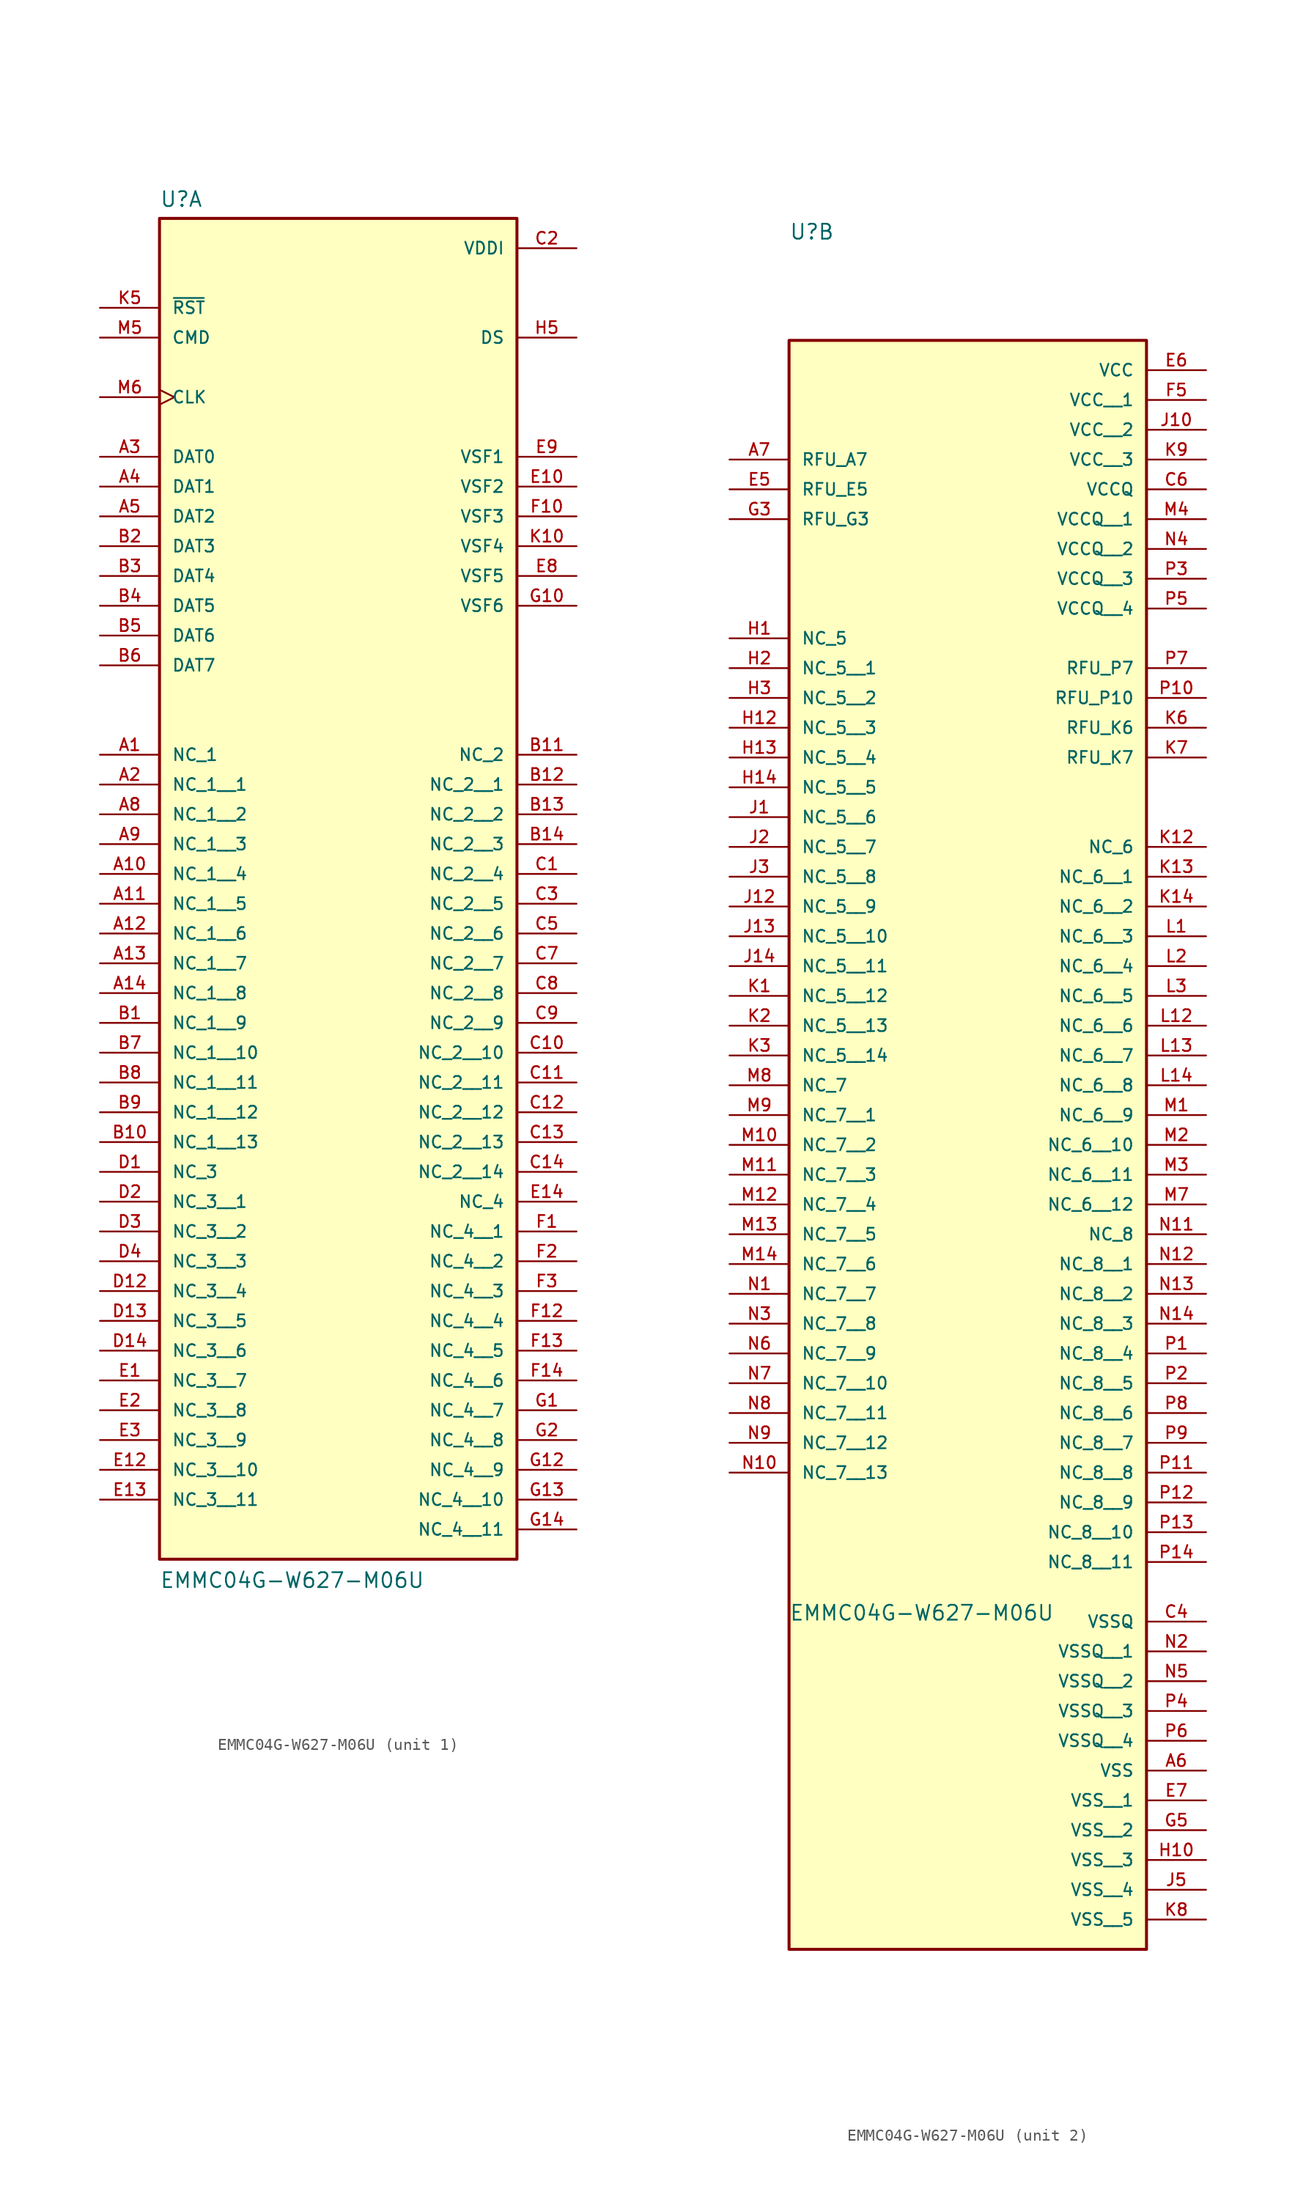
<source format=kicad_sym>
(kicad_symbol_lib
  (version 20231120)
  (generator "kicad_symbol_editor")
  (generator_version "8.0")
  (symbol "EMMC04G-W627-M06U"
    (pin_names
      (offset 1.016))
    (property "Reference" "U"
      (at -15.24 26.289 0)
      (effects (font (size 1.27 1.27)) (justify left bottom)))
    (property "Value" "EMMC04G-W627-M06U"
      (at -15.24 -91.44 0)
      (effects (font (size 1.27 1.27)) (justify left bottom)))
    (symbol "EMMC04G-W627-M06U_1_0"
      (rectangle (start -15.24 -88.9) (end 15.24 25.4) (stroke (width 0.254) (type default)) (fill (type background)))
      (pin passive line (at -20.32 -20.32 0) (length 5.08) (name "NC_1" (effects (font (size 1.016 1.016)))) (number "A1" (effects (font (size 1.016 1.016)))))
      (pin passive line (at -20.32 -30.48 0) (length 5.08) (name "NC_1__4" (effects (font (size 1.016 1.016)))) (number "A10" (effects (font (size 1.016 1.016)))))
      (pin passive line (at -20.32 -33.02 0) (length 5.08) (name "NC_1__5" (effects (font (size 1.016 1.016)))) (number "A11" (effects (font (size 1.016 1.016)))))
      (pin passive line (at -20.32 -35.56 0) (length 5.08) (name "NC_1__6" (effects (font (size 1.016 1.016)))) (number "A12" (effects (font (size 1.016 1.016)))))
      (pin passive line (at -20.32 -38.1 0) (length 5.08) (name "NC_1__7" (effects (font (size 1.016 1.016)))) (number "A13" (effects (font (size 1.016 1.016)))))
      (pin passive line (at -20.32 -40.64 0) (length 5.08) (name "NC_1__8" (effects (font (size 1.016 1.016)))) (number "A14" (effects (font (size 1.016 1.016)))))
      (pin passive line (at -20.32 -22.86 0) (length 5.08) (name "NC_1__1" (effects (font (size 1.016 1.016)))) (number "A2" (effects (font (size 1.016 1.016)))))
      (pin bidirectional line (at -20.32 5.08 0) (length 5.08) (name "DAT0" (effects (font (size 1.016 1.016)))) (number "A3" (effects (font (size 1.016 1.016)))))
      (pin bidirectional line (at -20.32 2.54 0) (length 5.08) (name "DAT1" (effects (font (size 1.016 1.016)))) (number "A4" (effects (font (size 1.016 1.016)))))
      (pin bidirectional line (at -20.32 0 0) (length 5.08) (name "DAT2" (effects (font (size 1.016 1.016)))) (number "A5" (effects (font (size 1.016 1.016)))))
      (pin passive line (at -20.32 -25.4 0) (length 5.08) (name "NC_1__2" (effects (font (size 1.016 1.016)))) (number "A8" (effects (font (size 1.016 1.016)))))
      (pin passive line (at -20.32 -27.94 0) (length 5.08) (name "NC_1__3" (effects (font (size 1.016 1.016)))) (number "A9" (effects (font (size 1.016 1.016)))))
      (pin passive line (at -20.32 -43.18 0) (length 5.08) (name "NC_1__9" (effects (font (size 1.016 1.016)))) (number "B1" (effects (font (size 1.016 1.016)))))
      (pin passive line (at -20.32 -53.34 0) (length 5.08) (name "NC_1__13" (effects (font (size 1.016 1.016)))) (number "B10" (effects (font (size 1.016 1.016)))))
      (pin passive line (at 20.32 -20.32 180) (length 5.08) (name "NC_2" (effects (font (size 1.016 1.016)))) (number "B11" (effects (font (size 1.016 1.016)))))
      (pin passive line (at 20.32 -22.86 180) (length 5.08) (name "NC_2__1" (effects (font (size 1.016 1.016)))) (number "B12" (effects (font (size 1.016 1.016)))))
      (pin passive line (at 20.32 -25.4 180) (length 5.08) (name "NC_2__2" (effects (font (size 1.016 1.016)))) (number "B13" (effects (font (size 1.016 1.016)))))
      (pin passive line (at 20.32 -27.94 180) (length 5.08) (name "NC_2__3" (effects (font (size 1.016 1.016)))) (number "B14" (effects (font (size 1.016 1.016)))))
      (pin bidirectional line (at -20.32 -2.54 0) (length 5.08) (name "DAT3" (effects (font (size 1.016 1.016)))) (number "B2" (effects (font (size 1.016 1.016)))))
      (pin bidirectional line (at -20.32 -5.08 0) (length 5.08) (name "DAT4" (effects (font (size 1.016 1.016)))) (number "B3" (effects (font (size 1.016 1.016)))))
      (pin bidirectional line (at -20.32 -7.62 0) (length 5.08) (name "DAT5" (effects (font (size 1.016 1.016)))) (number "B4" (effects (font (size 1.016 1.016)))))
      (pin bidirectional line (at -20.32 -10.16 0) (length 5.08) (name "DAT6" (effects (font (size 1.016 1.016)))) (number "B5" (effects (font (size 1.016 1.016)))))
      (pin bidirectional line (at -20.32 -12.7 0) (length 5.08) (name "DAT7" (effects (font (size 1.016 1.016)))) (number "B6" (effects (font (size 1.016 1.016)))))
      (pin passive line (at -20.32 -45.72 0) (length 5.08) (name "NC_1__10" (effects (font (size 1.016 1.016)))) (number "B7" (effects (font (size 1.016 1.016)))))
      (pin passive line (at -20.32 -48.26 0) (length 5.08) (name "NC_1__11" (effects (font (size 1.016 1.016)))) (number "B8" (effects (font (size 1.016 1.016)))))
      (pin passive line (at -20.32 -50.8 0) (length 5.08) (name "NC_1__12" (effects (font (size 1.016 1.016)))) (number "B9" (effects (font (size 1.016 1.016)))))
      (pin passive line (at 20.32 -30.48 180) (length 5.08) (name "NC_2__4" (effects (font (size 1.016 1.016)))) (number "C1" (effects (font (size 1.016 1.016)))))
      (pin passive line (at 20.32 -45.72 180) (length 5.08) (name "NC_2__10" (effects (font (size 1.016 1.016)))) (number "C10" (effects (font (size 1.016 1.016)))))
      (pin passive line (at 20.32 -48.26 180) (length 5.08) (name "NC_2__11" (effects (font (size 1.016 1.016)))) (number "C11" (effects (font (size 1.016 1.016)))))
      (pin passive line (at 20.32 -50.8 180) (length 5.08) (name "NC_2__12" (effects (font (size 1.016 1.016)))) (number "C12" (effects (font (size 1.016 1.016)))))
      (pin passive line (at 20.32 -53.34 180) (length 5.08) (name "NC_2__13" (effects (font (size 1.016 1.016)))) (number "C13" (effects (font (size 1.016 1.016)))))
      (pin passive line (at 20.32 -55.88 180) (length 5.08) (name "NC_2__14" (effects (font (size 1.016 1.016)))) (number "C14" (effects (font (size 1.016 1.016)))))
      (pin passive line (at 20.32 22.86 180) (length 5.08) (name "VDDI" (effects (font (size 1.016 1.016)))) (number "C2" (effects (font (size 1.016 1.016)))))
      (pin passive line (at 20.32 -33.02 180) (length 5.08) (name "NC_2__5" (effects (font (size 1.016 1.016)))) (number "C3" (effects (font (size 1.016 1.016)))))
      (pin passive line (at 20.32 -35.56 180) (length 5.08) (name "NC_2__6" (effects (font (size 1.016 1.016)))) (number "C5" (effects (font (size 1.016 1.016)))))
      (pin passive line (at 20.32 -38.1 180) (length 5.08) (name "NC_2__7" (effects (font (size 1.016 1.016)))) (number "C7" (effects (font (size 1.016 1.016)))))
      (pin passive line (at 20.32 -40.64 180) (length 5.08) (name "NC_2__8" (effects (font (size 1.016 1.016)))) (number "C8" (effects (font (size 1.016 1.016)))))
      (pin passive line (at 20.32 -43.18 180) (length 5.08) (name "NC_2__9" (effects (font (size 1.016 1.016)))) (number "C9" (effects (font (size 1.016 1.016)))))
      (pin passive line (at -20.32 -55.88 0) (length 5.08) (name "NC_3" (effects (font (size 1.016 1.016)))) (number "D1" (effects (font (size 1.016 1.016)))))
      (pin passive line (at -20.32 -66.04 0) (length 5.08) (name "NC_3__4" (effects (font (size 1.016 1.016)))) (number "D12" (effects (font (size 1.016 1.016)))))
      (pin passive line (at -20.32 -68.58 0) (length 5.08) (name "NC_3__5" (effects (font (size 1.016 1.016)))) (number "D13" (effects (font (size 1.016 1.016)))))
      (pin passive line (at -20.32 -71.12 0) (length 5.08) (name "NC_3__6" (effects (font (size 1.016 1.016)))) (number "D14" (effects (font (size 1.016 1.016)))))
      (pin passive line (at -20.32 -58.42 0) (length 5.08) (name "NC_3__1" (effects (font (size 1.016 1.016)))) (number "D2" (effects (font (size 1.016 1.016)))))
      (pin passive line (at -20.32 -60.96 0) (length 5.08) (name "NC_3__2" (effects (font (size 1.016 1.016)))) (number "D3" (effects (font (size 1.016 1.016)))))
      (pin passive line (at -20.32 -63.5 0) (length 5.08) (name "NC_3__3" (effects (font (size 1.016 1.016)))) (number "D4" (effects (font (size 1.016 1.016)))))
      (pin passive line (at -20.32 -73.66 0) (length 5.08) (name "NC_3__7" (effects (font (size 1.016 1.016)))) (number "E1" (effects (font (size 1.016 1.016)))))
      (pin bidirectional line (at 20.32 2.54 180) (length 5.08) (name "VSF2" (effects (font (size 1.016 1.016)))) (number "E10" (effects (font (size 1.016 1.016)))))
      (pin passive line (at -20.32 -81.28 0) (length 5.08) (name "NC_3__10" (effects (font (size 1.016 1.016)))) (number "E12" (effects (font (size 1.016 1.016)))))
      (pin passive line (at -20.32 -83.82 0) (length 5.08) (name "NC_3__11" (effects (font (size 1.016 1.016)))) (number "E13" (effects (font (size 1.016 1.016)))))
      (pin passive line (at 20.32 -58.42 180) (length 5.08) (name "NC_4" (effects (font (size 1.016 1.016)))) (number "E14" (effects (font (size 1.016 1.016)))))
      (pin passive line (at -20.32 -76.2 0) (length 5.08) (name "NC_3__8" (effects (font (size 1.016 1.016)))) (number "E2" (effects (font (size 1.016 1.016)))))
      (pin passive line (at -20.32 -78.74 0) (length 5.08) (name "NC_3__9" (effects (font (size 1.016 1.016)))) (number "E3" (effects (font (size 1.016 1.016)))))
      (pin bidirectional line (at 20.32 -5.08 180) (length 5.08) (name "VSF5" (effects (font (size 1.016 1.016)))) (number "E8" (effects (font (size 1.016 1.016)))))
      (pin bidirectional line (at 20.32 5.08 180) (length 5.08) (name "VSF1" (effects (font (size 1.016 1.016)))) (number "E9" (effects (font (size 1.016 1.016)))))
      (pin passive line (at 20.32 -60.96 180) (length 5.08) (name "NC_4__1" (effects (font (size 1.016 1.016)))) (number "F1" (effects (font (size 1.016 1.016)))))
      (pin bidirectional line (at 20.32 0 180) (length 5.08) (name "VSF3" (effects (font (size 1.016 1.016)))) (number "F10" (effects (font (size 1.016 1.016)))))
      (pin passive line (at 20.32 -68.58 180) (length 5.08) (name "NC_4__4" (effects (font (size 1.016 1.016)))) (number "F12" (effects (font (size 1.016 1.016)))))
      (pin passive line (at 20.32 -71.12 180) (length 5.08) (name "NC_4__5" (effects (font (size 1.016 1.016)))) (number "F13" (effects (font (size 1.016 1.016)))))
      (pin passive line (at 20.32 -73.66 180) (length 5.08) (name "NC_4__6" (effects (font (size 1.016 1.016)))) (number "F14" (effects (font (size 1.016 1.016)))))
      (pin passive line (at 20.32 -63.5 180) (length 5.08) (name "NC_4__2" (effects (font (size 1.016 1.016)))) (number "F2" (effects (font (size 1.016 1.016)))))
      (pin passive line (at 20.32 -66.04 180) (length 5.08) (name "NC_4__3" (effects (font (size 1.016 1.016)))) (number "F3" (effects (font (size 1.016 1.016)))))
      (pin passive line (at 20.32 -76.2 180) (length 5.08) (name "NC_4__7" (effects (font (size 1.016 1.016)))) (number "G1" (effects (font (size 1.016 1.016)))))
      (pin bidirectional line (at 20.32 -7.62 180) (length 5.08) (name "VSF6" (effects (font (size 1.016 1.016)))) (number "G10" (effects (font (size 1.016 1.016)))))
      (pin passive line (at 20.32 -81.28 180) (length 5.08) (name "NC_4__9" (effects (font (size 1.016 1.016)))) (number "G12" (effects (font (size 1.016 1.016)))))
      (pin passive line (at 20.32 -83.82 180) (length 5.08) (name "NC_4__10" (effects (font (size 1.016 1.016)))) (number "G13" (effects (font (size 1.016 1.016)))))
      (pin passive line (at 20.32 -86.36 180) (length 5.08) (name "NC_4__11" (effects (font (size 1.016 1.016)))) (number "G14" (effects (font (size 1.016 1.016)))))
      (pin passive line (at 20.32 -78.74 180) (length 5.08) (name "NC_4__8" (effects (font (size 1.016 1.016)))) (number "G2" (effects (font (size 1.016 1.016)))))
      (pin bidirectional line (at 20.32 15.24 180) (length 5.08) (name "DS" (effects (font (size 1.016 1.016)))) (number "H5" (effects (font (size 1.016 1.016)))))
      (pin bidirectional line (at 20.32 -2.54 180) (length 5.08) (name "VSF4" (effects (font (size 1.016 1.016)))) (number "K10" (effects (font (size 1.016 1.016)))))
      (pin input line (at -20.32 17.78 0) (length 5.08) (name "~{RST}" (effects (font (size 1.016 1.016)))) (number "K5" (effects (font (size 1.016 1.016)))))
      (pin bidirectional line (at -20.32 15.24 0) (length 5.08) (name "CMD" (effects (font (size 1.016 1.016)))) (number "M5" (effects (font (size 1.016 1.016)))))
      (pin input clock (at -20.32 10.16 0) (length 5.08) (name "CLK" (effects (font (size 1.016 1.016)))) (number "M6" (effects (font (size 1.016 1.016))))))
    (symbol "EMMC04G-W627-M06U_2_0"
      (rectangle (start -15.24 -119.38) (end 15.24 17.78) (stroke (width 0.254) (type default)) (fill (type background)))
      (pin power_in line (at 20.32 -104.14 180) (length 5.08) (name "VSS" (effects (font (size 1.016 1.016)))) (number "A6" (effects (font (size 1.016 1.016)))))
      (pin passive line (at -20.32 7.62 0) (length 5.08) (name "RFU_A7" (effects (font (size 1.016 1.016)))) (number "A7" (effects (font (size 1.016 1.016)))))
      (pin power_in line (at 20.32 -91.44 180) (length 5.08) (name "VSSQ" (effects (font (size 1.016 1.016)))) (number "C4" (effects (font (size 1.016 1.016)))))
      (pin power_in line (at 20.32 5.08 180) (length 5.08) (name "VCCQ" (effects (font (size 1.016 1.016)))) (number "C6" (effects (font (size 1.016 1.016)))))
      (pin passive line (at -20.32 5.08 0) (length 5.08) (name "RFU_E5" (effects (font (size 1.016 1.016)))) (number "E5" (effects (font (size 1.016 1.016)))))
      (pin power_in line (at 20.32 15.24 180) (length 5.08) (name "VCC" (effects (font (size 1.016 1.016)))) (number "E6" (effects (font (size 1.016 1.016)))))
      (pin power_in line (at 20.32 -106.68 180) (length 5.08) (name "VSS__1" (effects (font (size 1.016 1.016)))) (number "E7" (effects (font (size 1.016 1.016)))))
      (pin power_in line (at 20.32 12.7 180) (length 5.08) (name "VCC__1" (effects (font (size 1.016 1.016)))) (number "F5" (effects (font (size 1.016 1.016)))))
      (pin passive line (at -20.32 2.54 0) (length 5.08) (name "RFU_G3" (effects (font (size 1.016 1.016)))) (number "G3" (effects (font (size 1.016 1.016)))))
      (pin power_in line (at 20.32 -109.22 180) (length 5.08) (name "VSS__2" (effects (font (size 1.016 1.016)))) (number "G5" (effects (font (size 1.016 1.016)))))
      (pin passive line (at -20.32 -7.62 0) (length 5.08) (name "NC_5" (effects (font (size 1.016 1.016)))) (number "H1" (effects (font (size 1.016 1.016)))))
      (pin power_in line (at 20.32 -111.76 180) (length 5.08) (name "VSS__3" (effects (font (size 1.016 1.016)))) (number "H10" (effects (font (size 1.016 1.016)))))
      (pin passive line (at -20.32 -15.24 0) (length 5.08) (name "NC_5__3" (effects (font (size 1.016 1.016)))) (number "H12" (effects (font (size 1.016 1.016)))))
      (pin passive line (at -20.32 -17.78 0) (length 5.08) (name "NC_5__4" (effects (font (size 1.016 1.016)))) (number "H13" (effects (font (size 1.016 1.016)))))
      (pin passive line (at -20.32 -20.32 0) (length 5.08) (name "NC_5__5" (effects (font (size 1.016 1.016)))) (number "H14" (effects (font (size 1.016 1.016)))))
      (pin passive line (at -20.32 -10.16 0) (length 5.08) (name "NC_5__1" (effects (font (size 1.016 1.016)))) (number "H2" (effects (font (size 1.016 1.016)))))
      (pin passive line (at -20.32 -12.7 0) (length 5.08) (name "NC_5__2" (effects (font (size 1.016 1.016)))) (number "H3" (effects (font (size 1.016 1.016)))))
      (pin passive line (at -20.32 -22.86 0) (length 5.08) (name "NC_5__6" (effects (font (size 1.016 1.016)))) (number "J1" (effects (font (size 1.016 1.016)))))
      (pin power_in line (at 20.32 10.16 180) (length 5.08) (name "VCC__2" (effects (font (size 1.016 1.016)))) (number "J10" (effects (font (size 1.016 1.016)))))
      (pin passive line (at -20.32 -30.48 0) (length 5.08) (name "NC_5__9" (effects (font (size 1.016 1.016)))) (number "J12" (effects (font (size 1.016 1.016)))))
      (pin passive line (at -20.32 -33.02 0) (length 5.08) (name "NC_5__10" (effects (font (size 1.016 1.016)))) (number "J13" (effects (font (size 1.016 1.016)))))
      (pin passive line (at -20.32 -35.56 0) (length 5.08) (name "NC_5__11" (effects (font (size 1.016 1.016)))) (number "J14" (effects (font (size 1.016 1.016)))))
      (pin passive line (at -20.32 -25.4 0) (length 5.08) (name "NC_5__7" (effects (font (size 1.016 1.016)))) (number "J2" (effects (font (size 1.016 1.016)))))
      (pin passive line (at -20.32 -27.94 0) (length 5.08) (name "NC_5__8" (effects (font (size 1.016 1.016)))) (number "J3" (effects (font (size 1.016 1.016)))))
      (pin power_in line (at 20.32 -114.3 180) (length 5.08) (name "VSS__4" (effects (font (size 1.016 1.016)))) (number "J5" (effects (font (size 1.016 1.016)))))
      (pin passive line (at -20.32 -38.1 0) (length 5.08) (name "NC_5__12" (effects (font (size 1.016 1.016)))) (number "K1" (effects (font (size 1.016 1.016)))))
      (pin passive line (at 20.32 -25.4 180) (length 5.08) (name "NC_6" (effects (font (size 1.016 1.016)))) (number "K12" (effects (font (size 1.016 1.016)))))
      (pin passive line (at 20.32 -27.94 180) (length 5.08) (name "NC_6__1" (effects (font (size 1.016 1.016)))) (number "K13" (effects (font (size 1.016 1.016)))))
      (pin passive line (at 20.32 -30.48 180) (length 5.08) (name "NC_6__2" (effects (font (size 1.016 1.016)))) (number "K14" (effects (font (size 1.016 1.016)))))
      (pin passive line (at -20.32 -40.64 0) (length 5.08) (name "NC_5__13" (effects (font (size 1.016 1.016)))) (number "K2" (effects (font (size 1.016 1.016)))))
      (pin passive line (at -20.32 -43.18 0) (length 5.08) (name "NC_5__14" (effects (font (size 1.016 1.016)))) (number "K3" (effects (font (size 1.016 1.016)))))
      (pin passive line (at 20.32 -15.24 180) (length 5.08) (name "RFU_K6" (effects (font (size 1.016 1.016)))) (number "K6" (effects (font (size 1.016 1.016)))))
      (pin passive line (at 20.32 -17.78 180) (length 5.08) (name "RFU_K7" (effects (font (size 1.016 1.016)))) (number "K7" (effects (font (size 1.016 1.016)))))
      (pin power_in line (at 20.32 -116.84 180) (length 5.08) (name "VSS__5" (effects (font (size 1.016 1.016)))) (number "K8" (effects (font (size 1.016 1.016)))))
      (pin power_in line (at 20.32 7.62 180) (length 5.08) (name "VCC__3" (effects (font (size 1.016 1.016)))) (number "K9" (effects (font (size 1.016 1.016)))))
      (pin passive line (at 20.32 -33.02 180) (length 5.08) (name "NC_6__3" (effects (font (size 1.016 1.016)))) (number "L1" (effects (font (size 1.016 1.016)))))
      (pin passive line (at 20.32 -40.64 180) (length 5.08) (name "NC_6__6" (effects (font (size 1.016 1.016)))) (number "L12" (effects (font (size 1.016 1.016)))))
      (pin passive line (at 20.32 -43.18 180) (length 5.08) (name "NC_6__7" (effects (font (size 1.016 1.016)))) (number "L13" (effects (font (size 1.016 1.016)))))
      (pin passive line (at 20.32 -45.72 180) (length 5.08) (name "NC_6__8" (effects (font (size 1.016 1.016)))) (number "L14" (effects (font (size 1.016 1.016)))))
      (pin passive line (at 20.32 -35.56 180) (length 5.08) (name "NC_6__4" (effects (font (size 1.016 1.016)))) (number "L2" (effects (font (size 1.016 1.016)))))
      (pin passive line (at 20.32 -38.1 180) (length 5.08) (name "NC_6__5" (effects (font (size 1.016 1.016)))) (number "L3" (effects (font (size 1.016 1.016)))))
      (pin passive line (at 20.32 -48.26 180) (length 5.08) (name "NC_6__9" (effects (font (size 1.016 1.016)))) (number "M1" (effects (font (size 1.016 1.016)))))
      (pin passive line (at -20.32 -50.8 0) (length 5.08) (name "NC_7__2" (effects (font (size 1.016 1.016)))) (number "M10" (effects (font (size 1.016 1.016)))))
      (pin passive line (at -20.32 -53.34 0) (length 5.08) (name "NC_7__3" (effects (font (size 1.016 1.016)))) (number "M11" (effects (font (size 1.016 1.016)))))
      (pin passive line (at -20.32 -55.88 0) (length 5.08) (name "NC_7__4" (effects (font (size 1.016 1.016)))) (number "M12" (effects (font (size 1.016 1.016)))))
      (pin passive line (at -20.32 -58.42 0) (length 5.08) (name "NC_7__5" (effects (font (size 1.016 1.016)))) (number "M13" (effects (font (size 1.016 1.016)))))
      (pin passive line (at -20.32 -60.96 0) (length 5.08) (name "NC_7__6" (effects (font (size 1.016 1.016)))) (number "M14" (effects (font (size 1.016 1.016)))))
      (pin passive line (at 20.32 -50.8 180) (length 5.08) (name "NC_6__10" (effects (font (size 1.016 1.016)))) (number "M2" (effects (font (size 1.016 1.016)))))
      (pin passive line (at 20.32 -53.34 180) (length 5.08) (name "NC_6__11" (effects (font (size 1.016 1.016)))) (number "M3" (effects (font (size 1.016 1.016)))))
      (pin power_in line (at 20.32 2.54 180) (length 5.08) (name "VCCQ__1" (effects (font (size 1.016 1.016)))) (number "M4" (effects (font (size 1.016 1.016)))))
      (pin passive line (at 20.32 -55.88 180) (length 5.08) (name "NC_6__12" (effects (font (size 1.016 1.016)))) (number "M7" (effects (font (size 1.016 1.016)))))
      (pin passive line (at -20.32 -45.72 0) (length 5.08) (name "NC_7" (effects (font (size 1.016 1.016)))) (number "M8" (effects (font (size 1.016 1.016)))))
      (pin passive line (at -20.32 -48.26 0) (length 5.08) (name "NC_7__1" (effects (font (size 1.016 1.016)))) (number "M9" (effects (font (size 1.016 1.016)))))
      (pin passive line (at -20.32 -63.5 0) (length 5.08) (name "NC_7__7" (effects (font (size 1.016 1.016)))) (number "N1" (effects (font (size 1.016 1.016)))))
      (pin passive line (at -20.32 -78.74 0) (length 5.08) (name "NC_7__13" (effects (font (size 1.016 1.016)))) (number "N10" (effects (font (size 1.016 1.016)))))
      (pin passive line (at 20.32 -58.42 180) (length 5.08) (name "NC_8" (effects (font (size 1.016 1.016)))) (number "N11" (effects (font (size 1.016 1.016)))))
      (pin passive line (at 20.32 -60.96 180) (length 5.08) (name "NC_8__1" (effects (font (size 1.016 1.016)))) (number "N12" (effects (font (size 1.016 1.016)))))
      (pin passive line (at 20.32 -63.5 180) (length 5.08) (name "NC_8__2" (effects (font (size 1.016 1.016)))) (number "N13" (effects (font (size 1.016 1.016)))))
      (pin passive line (at 20.32 -66.04 180) (length 5.08) (name "NC_8__3" (effects (font (size 1.016 1.016)))) (number "N14" (effects (font (size 1.016 1.016)))))
      (pin power_in line (at 20.32 -93.98 180) (length 5.08) (name "VSSQ__1" (effects (font (size 1.016 1.016)))) (number "N2" (effects (font (size 1.016 1.016)))))
      (pin passive line (at -20.32 -66.04 0) (length 5.08) (name "NC_7__8" (effects (font (size 1.016 1.016)))) (number "N3" (effects (font (size 1.016 1.016)))))
      (pin power_in line (at 20.32 0 180) (length 5.08) (name "VCCQ__2" (effects (font (size 1.016 1.016)))) (number "N4" (effects (font (size 1.016 1.016)))))
      (pin power_in line (at 20.32 -96.52 180) (length 5.08) (name "VSSQ__2" (effects (font (size 1.016 1.016)))) (number "N5" (effects (font (size 1.016 1.016)))))
      (pin passive line (at -20.32 -68.58 0) (length 5.08) (name "NC_7__9" (effects (font (size 1.016 1.016)))) (number "N6" (effects (font (size 1.016 1.016)))))
      (pin passive line (at -20.32 -71.12 0) (length 5.08) (name "NC_7__10" (effects (font (size 1.016 1.016)))) (number "N7" (effects (font (size 1.016 1.016)))))
      (pin passive line (at -20.32 -73.66 0) (length 5.08) (name "NC_7__11" (effects (font (size 1.016 1.016)))) (number "N8" (effects (font (size 1.016 1.016)))))
      (pin passive line (at -20.32 -76.2 0) (length 5.08) (name "NC_7__12" (effects (font (size 1.016 1.016)))) (number "N9" (effects (font (size 1.016 1.016)))))
      (pin passive line (at 20.32 -68.58 180) (length 5.08) (name "NC_8__4" (effects (font (size 1.016 1.016)))) (number "P1" (effects (font (size 1.016 1.016)))))
      (pin passive line (at 20.32 -12.7 180) (length 5.08) (name "RFU_P10" (effects (font (size 1.016 1.016)))) (number "P10" (effects (font (size 1.016 1.016)))))
      (pin passive line (at 20.32 -78.74 180) (length 5.08) (name "NC_8__8" (effects (font (size 1.016 1.016)))) (number "P11" (effects (font (size 1.016 1.016)))))
      (pin passive line (at 20.32 -81.28 180) (length 5.08) (name "NC_8__9" (effects (font (size 1.016 1.016)))) (number "P12" (effects (font (size 1.016 1.016)))))
      (pin passive line (at 20.32 -83.82 180) (length 5.08) (name "NC_8__10" (effects (font (size 1.016 1.016)))) (number "P13" (effects (font (size 1.016 1.016)))))
      (pin passive line (at 20.32 -86.36 180) (length 5.08) (name "NC_8__11" (effects (font (size 1.016 1.016)))) (number "P14" (effects (font (size 1.016 1.016)))))
      (pin passive line (at 20.32 -71.12 180) (length 5.08) (name "NC_8__5" (effects (font (size 1.016 1.016)))) (number "P2" (effects (font (size 1.016 1.016)))))
      (pin power_in line (at 20.32 -2.54 180) (length 5.08) (name "VCCQ__3" (effects (font (size 1.016 1.016)))) (number "P3" (effects (font (size 1.016 1.016)))))
      (pin power_in line (at 20.32 -99.06 180) (length 5.08) (name "VSSQ__3" (effects (font (size 1.016 1.016)))) (number "P4" (effects (font (size 1.016 1.016)))))
      (pin power_in line (at 20.32 -5.08 180) (length 5.08) (name "VCCQ__4" (effects (font (size 1.016 1.016)))) (number "P5" (effects (font (size 1.016 1.016)))))
      (pin power_in line (at 20.32 -101.6 180) (length 5.08) (name "VSSQ__4" (effects (font (size 1.016 1.016)))) (number "P6" (effects (font (size 1.016 1.016)))))
      (pin passive line (at 20.32 -10.16 180) (length 5.08) (name "RFU_P7" (effects (font (size 1.016 1.016)))) (number "P7" (effects (font (size 1.016 1.016)))))
      (pin passive line (at 20.32 -73.66 180) (length 5.08) (name "NC_8__6" (effects (font (size 1.016 1.016)))) (number "P8" (effects (font (size 1.016 1.016)))))
      (pin passive line (at 20.32 -76.2 180) (length 5.08) (name "NC_8__7" (effects (font (size 1.016 1.016)))) (number "P9" (effects (font (size 1.016 1.016))))))))
</source>
